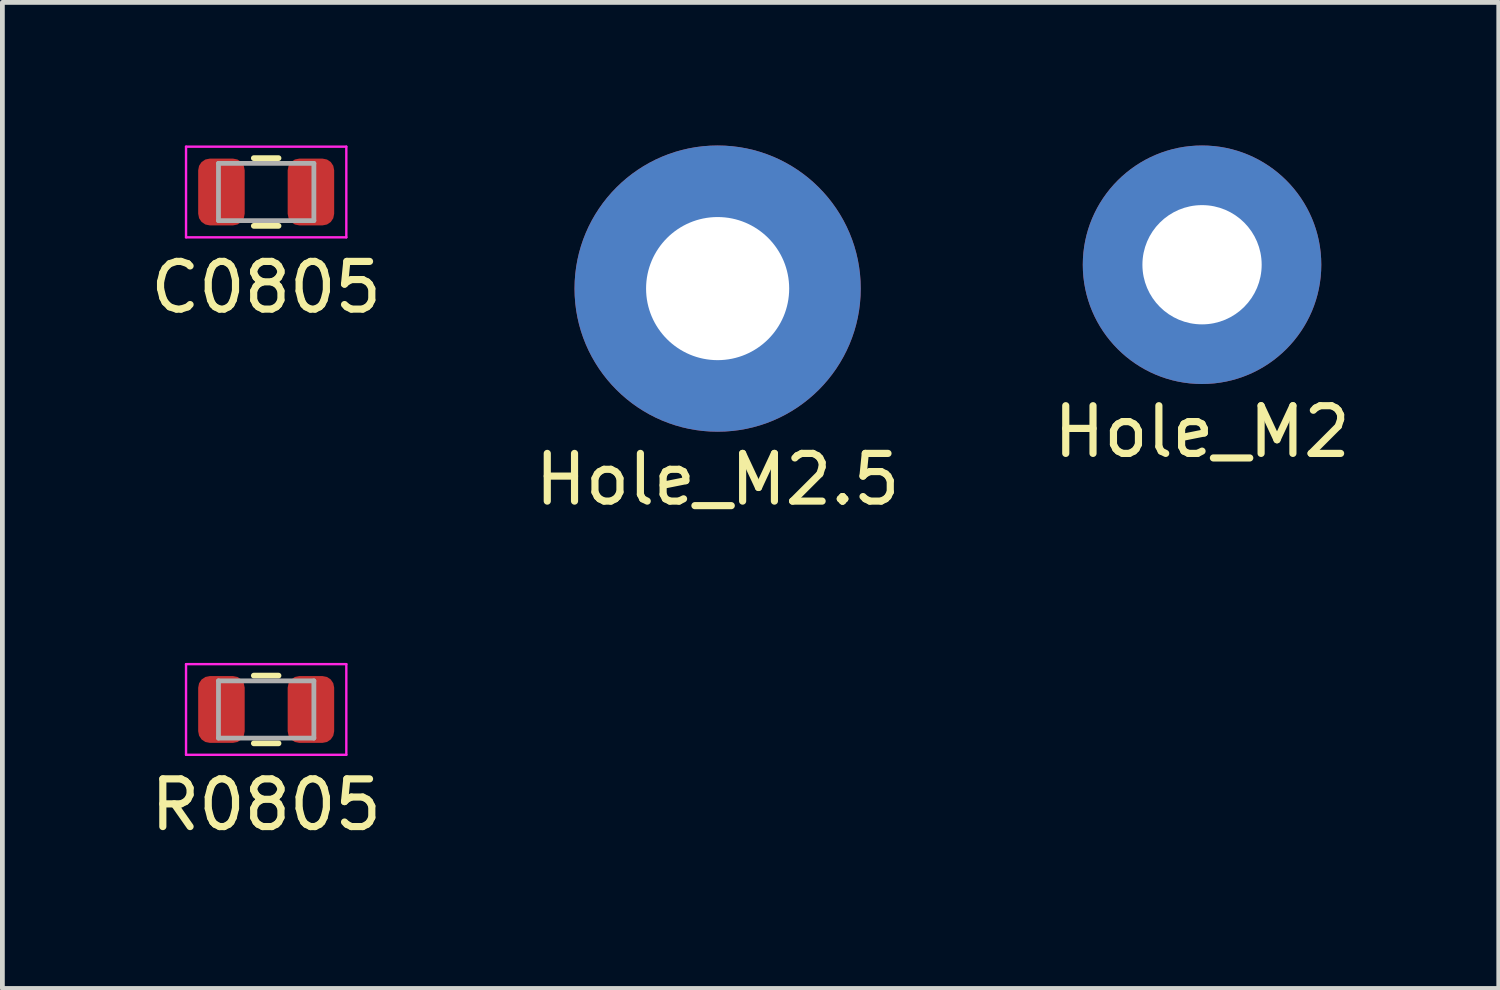
<source format=kicad_pcb>
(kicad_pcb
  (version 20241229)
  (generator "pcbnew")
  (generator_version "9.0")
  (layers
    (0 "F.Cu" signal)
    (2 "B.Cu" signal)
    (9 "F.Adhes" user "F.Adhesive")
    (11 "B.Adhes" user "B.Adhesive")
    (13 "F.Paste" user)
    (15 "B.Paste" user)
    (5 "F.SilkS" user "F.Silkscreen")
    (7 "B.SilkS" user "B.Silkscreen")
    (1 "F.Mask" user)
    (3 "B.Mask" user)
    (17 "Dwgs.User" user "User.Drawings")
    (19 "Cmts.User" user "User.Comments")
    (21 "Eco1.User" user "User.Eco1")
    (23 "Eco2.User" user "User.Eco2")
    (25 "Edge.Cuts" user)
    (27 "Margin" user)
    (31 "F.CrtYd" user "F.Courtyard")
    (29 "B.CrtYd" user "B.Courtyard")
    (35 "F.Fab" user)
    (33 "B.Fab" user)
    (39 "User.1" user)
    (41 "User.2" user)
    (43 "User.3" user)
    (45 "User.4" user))
  (footprint "Hole_M2"
    (layer "F.Cu")
    (at 22.149 2.5)
    (property "Reference" "Hole_M2" (at 0 3.5 0) (layer "F.SilkS") (effects (font (size 1 1) (thickness 0.15))))
    (attr through_hole)
    (pad "1" thru_hole circle (at 0 0) (size 5 5) (drill 2.5) (layers "*.Cu" "*.Mask")))
  (footprint "C0805"
    (layer "F.Cu")
    (at 2.53 0.975)
    (property "Reference" "C0805" (at 0 2 0) (layer "F.SilkS") (effects (font (size 1 1) (thickness 0.15))))
    (attr through_hole)
    (fp_line (start -0.259 -0.71) (end 0.259 -0.71) (stroke (width 0.12) (type solid)) (layer "F.SilkS"))
    (fp_line (start -0.259 0.71) (end 0.259 0.71) (stroke (width 0.12) (type solid)) (layer "F.SilkS"))
    (fp_line (start -1.68 -0.95) (end 1.68 -0.95) (stroke (width 0.05) (type solid)) (layer "F.CrtYd"))
    (fp_line (start -1.68 0.95) (end -1.68 -0.95) (stroke (width 0.05) (type solid)) (layer "F.CrtYd"))
    (fp_line (start 1.68 -0.95) (end 1.68 0.95) (stroke (width 0.05) (type solid)) (layer "F.CrtYd"))
    (fp_line (start 1.68 0.95) (end -1.68 0.95) (stroke (width 0.05) (type solid)) (layer "F.CrtYd"))
    (fp_line (start -1 -0.6) (end 1 -0.6) (stroke (width 0.1) (type solid)) (layer "F.Fab"))
    (fp_line (start -1 0.6) (end -1 -0.6) (stroke (width 0.1) (type solid)) (layer "F.Fab"))
    (fp_line (start 1 -0.6) (end 1 0.6) (stroke (width 0.1) (type solid)) (layer "F.Fab"))
    (fp_line (start 1 0.6) (end -1 0.6) (stroke (width 0.1) (type solid)) (layer "F.Fab"))
    (pad "1" smd roundrect (at -0.938 0) (size 0.975 1.4) (layers "F.Cu" "F.Mask" "F.Paste") (roundrect_rratio 0.25))
    (pad "2" smd roundrect (at 0.938 0) (size 0.975 1.4) (layers "F.Cu" "F.Mask" "F.Paste") (roundrect_rratio 0.25)))
  (footprint "Hole_M2.5"
    (layer "F.Cu")
    (at 11.994 3)
    (property "Reference" "Hole_M2.5" (at 0 4 0) (layer "F.SilkS") (effects (font (size 1 1) (thickness 0.15))))
    (attr through_hole)
    (pad "1" thru_hole circle (at 0 0) (size 6 6) (drill 3) (layers "*.Cu" "*.Mask")))
  (footprint "R0805"
    (layer "F.Cu")
    (at 2.53 11.823)
    (property "Reference" "R0805" (at 0 2 0) (layer "F.SilkS") (effects (font (size 1 1) (thickness 0.15))))
    (attr through_hole)
    (fp_line (start -0.259 -0.71) (end 0.259 -0.71) (stroke (width 0.12) (type solid)) (layer "F.SilkS"))
    (fp_line (start -0.259 0.71) (end 0.259 0.71) (stroke (width 0.12) (type solid)) (layer "F.SilkS"))
    (fp_line (start -1.68 -0.95) (end 1.68 -0.95) (stroke (width 0.05) (type solid)) (layer "F.CrtYd"))
    (fp_line (start -1.68 0.95) (end -1.68 -0.95) (stroke (width 0.05) (type solid)) (layer "F.CrtYd"))
    (fp_line (start 1.68 -0.95) (end 1.68 0.95) (stroke (width 0.05) (type solid)) (layer "F.CrtYd"))
    (fp_line (start 1.68 0.95) (end -1.68 0.95) (stroke (width 0.05) (type solid)) (layer "F.CrtYd"))
    (fp_line (start -1 -0.6) (end 1 -0.6) (stroke (width 0.1) (type solid)) (layer "F.Fab"))
    (fp_line (start -1 0.6) (end -1 -0.6) (stroke (width 0.1) (type solid)) (layer "F.Fab"))
    (fp_line (start 1 -0.6) (end 1 0.6) (stroke (width 0.1) (type solid)) (layer "F.Fab"))
    (fp_line (start 1 0.6) (end -1 0.6) (stroke (width 0.1) (type solid)) (layer "F.Fab"))
    (pad "1" smd roundrect (at -0.938 0) (size 0.975 1.4) (layers "F.Cu" "F.Mask" "F.Paste") (roundrect_rratio 0.25))
    (pad "2" smd roundrect (at 0.938 0) (size 0.975 1.4) (layers "F.Cu" "F.Mask" "F.Paste") (roundrect_rratio 0.25)))
  (gr_rect
    (start -3 -3)
    (end 28.369 17.672)
    (stroke (width 0.1) (type default))
    (fill no)
    (layer "Edge.Cuts")))
</source>
